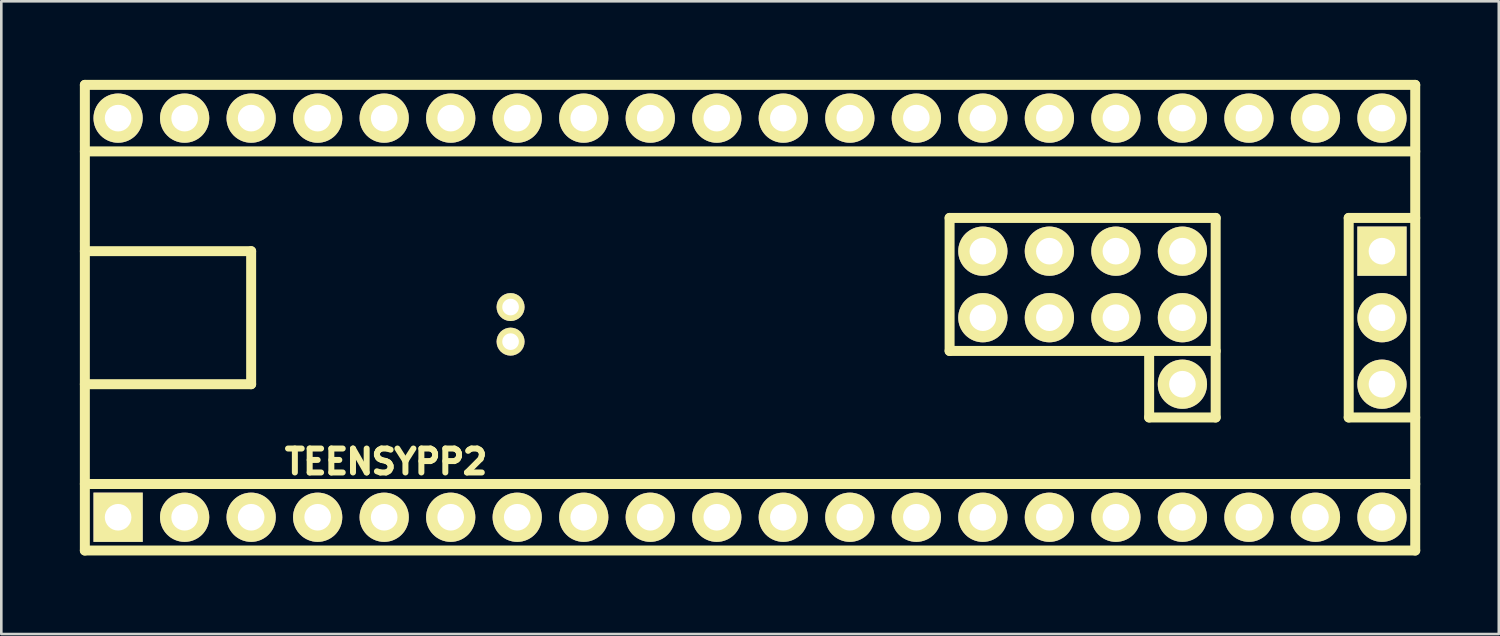
<source format=kicad_pcb>
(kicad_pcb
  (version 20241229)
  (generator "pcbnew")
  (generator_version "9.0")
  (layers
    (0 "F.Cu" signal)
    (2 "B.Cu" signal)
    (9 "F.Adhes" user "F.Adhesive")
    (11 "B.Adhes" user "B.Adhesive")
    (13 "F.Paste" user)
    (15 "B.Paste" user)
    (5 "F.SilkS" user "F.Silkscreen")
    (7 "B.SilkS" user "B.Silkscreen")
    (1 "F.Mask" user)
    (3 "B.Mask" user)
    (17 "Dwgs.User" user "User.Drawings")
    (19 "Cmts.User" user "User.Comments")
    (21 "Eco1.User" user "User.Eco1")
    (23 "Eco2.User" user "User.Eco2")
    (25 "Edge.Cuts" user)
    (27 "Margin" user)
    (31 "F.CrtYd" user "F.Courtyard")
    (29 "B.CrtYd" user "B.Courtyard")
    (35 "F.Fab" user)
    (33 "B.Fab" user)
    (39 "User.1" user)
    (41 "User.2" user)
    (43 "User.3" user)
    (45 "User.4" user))
  (footprint "TEENSYPP2"
    (layer "F.Cu")
    (at 25.59 9.081)
    (property "Reference" "TEENSYPP2" (at -13.899 5.499 0) (layer "F.SilkS") (effects (font (size 0.914 0.914) (thickness 0.229))))
    (attr through_hole)
    (fp_line (start -25.4 -8.89) (end 25.4 -8.89) (stroke (width 0.381) (type solid)) (layer "F.SilkS"))
    (fp_line (start -25.4 -6.35) (end 25.4 -6.35) (stroke (width 0.381) (type solid)) (layer "F.SilkS"))
    (fp_line (start -25.4 -2.54) (end -19.05 -2.54) (stroke (width 0.381) (type solid)) (layer "F.SilkS"))
    (fp_line (start -25.4 8.89) (end -25.4 -8.89) (stroke (width 0.381) (type solid)) (layer "F.SilkS"))
    (fp_line (start -19.05 -2.54) (end -19.05 2.54) (stroke (width 0.381) (type solid)) (layer "F.SilkS"))
    (fp_line (start -19.05 2.54) (end -25.4 2.54) (stroke (width 0.381) (type solid)) (layer "F.SilkS"))
    (fp_line (start 7.62 -3.81) (end 17.78 -3.81) (stroke (width 0.381) (type solid)) (layer "F.SilkS"))
    (fp_line (start 7.62 1.27) (end 7.62 -3.81) (stroke (width 0.381) (type solid)) (layer "F.SilkS"))
    (fp_line (start 15.24 1.27) (end 7.62 1.27) (stroke (width 0.381) (type solid)) (layer "F.SilkS"))
    (fp_line (start 15.24 1.27) (end 17.78 1.27) (stroke (width 0.381) (type solid)) (layer "F.SilkS"))
    (fp_line (start 15.24 3.81) (end 15.24 1.27) (stroke (width 0.381) (type solid)) (layer "F.SilkS"))
    (fp_line (start 17.78 -3.81) (end 17.78 3.81) (stroke (width 0.381) (type solid)) (layer "F.SilkS"))
    (fp_line (start 17.78 3.81) (end 15.24 3.81) (stroke (width 0.381) (type solid)) (layer "F.SilkS"))
    (fp_line (start 22.86 -3.81) (end 22.86 3.81) (stroke (width 0.381) (type solid)) (layer "F.SilkS"))
    (fp_line (start 22.86 3.81) (end 25.4 3.81) (stroke (width 0.381) (type solid)) (layer "F.SilkS"))
    (fp_line (start 25.4 -8.89) (end 25.4 8.89) (stroke (width 0.381) (type solid)) (layer "F.SilkS"))
    (fp_line (start 25.4 -3.81) (end 22.86 -3.81) (stroke (width 0.381) (type solid)) (layer "F.SilkS"))
    (fp_line (start 25.4 6.35) (end -25.4 6.35) (stroke (width 0.381) (type solid)) (layer "F.SilkS"))
    (fp_line (start 25.4 8.89) (end -25.4 8.89) (stroke (width 0.381) (type solid)) (layer "F.SilkS"))
    (pad "1" thru_hole rect (at -24.13 7.62) (size 1.88 1.88) (drill 1.016) (layers "*.Cu" "*.Mask" "F.SilkS"))
    (pad "2" thru_hole circle (at -21.59 7.62) (size 1.88 1.88) (drill 1.016) (layers "*.Cu" "*.Mask" "F.SilkS"))
    (pad "3" thru_hole circle (at -19.05 7.62) (size 1.88 1.88) (drill 1.016) (layers "*.Cu" "*.Mask" "F.SilkS"))
    (pad "4" thru_hole circle (at -16.51 7.62) (size 1.88 1.88) (drill 1.016) (layers "*.Cu" "*.Mask" "F.SilkS"))
    (pad "5" thru_hole circle (at -13.97 7.62) (size 1.88 1.88) (drill 1.016) (layers "*.Cu" "*.Mask" "F.SilkS"))
    (pad "6" thru_hole circle (at -11.43 7.62) (size 1.88 1.88) (drill 1.016) (layers "*.Cu" "*.Mask" "F.SilkS"))
    (pad "7" thru_hole circle (at -8.89 7.62) (size 1.88 1.88) (drill 1.016) (layers "*.Cu" "*.Mask" "F.SilkS"))
    (pad "8" thru_hole circle (at -6.35 7.62) (size 1.88 1.88) (drill 1.016) (layers "*.Cu" "*.Mask" "F.SilkS"))
    (pad "9" thru_hole circle (at -3.81 7.62) (size 1.88 1.88) (drill 1.016) (layers "*.Cu" "*.Mask" "F.SilkS"))
    (pad "10" thru_hole circle (at -1.27 7.62) (size 1.88 1.88) (drill 1.016) (layers "*.Cu" "*.Mask" "F.SilkS"))
    (pad "11" thru_hole circle (at 1.27 7.62) (size 1.88 1.88) (drill 1.016) (layers "*.Cu" "*.Mask" "F.SilkS"))
    (pad "12" thru_hole circle (at 3.81 7.62) (size 1.88 1.88) (drill 1.016) (layers "*.Cu" "*.Mask" "F.SilkS"))
    (pad "13" thru_hole circle (at 6.35 7.62) (size 1.88 1.88) (drill 1.016) (layers "*.Cu" "*.Mask" "F.SilkS"))
    (pad "14" thru_hole circle (at 8.89 7.62) (size 1.88 1.88) (drill 1.016) (layers "*.Cu" "*.Mask" "F.SilkS"))
    (pad "15" thru_hole circle (at 11.43 7.62) (size 1.88 1.88) (drill 1.016) (layers "*.Cu" "*.Mask" "F.SilkS"))
    (pad "16" thru_hole circle (at 13.97 7.62) (size 1.88 1.88) (drill 1.016) (layers "*.Cu" "*.Mask" "F.SilkS"))
    (pad "17" thru_hole circle (at 16.51 7.62) (size 1.88 1.88) (drill 1.016) (layers "*.Cu" "*.Mask" "F.SilkS"))
    (pad "18" thru_hole circle (at 19.05 7.62) (size 1.88 1.88) (drill 1.016) (layers "*.Cu" "*.Mask" "F.SilkS"))
    (pad "19" thru_hole circle (at 21.59 7.62) (size 1.88 1.88) (drill 1.016) (layers "*.Cu" "*.Mask" "F.SilkS"))
    (pad "20" thru_hole circle (at 24.13 7.62) (size 1.88 1.88) (drill 1.016) (layers "*.Cu" "*.Mask" "F.SilkS"))
    (pad "21" thru_hole circle (at 24.13 2.54) (size 1.88 1.88) (drill 1.016) (layers "*.Cu" "*.Mask" "F.SilkS"))
    (pad "22" thru_hole circle (at 24.13 0) (size 1.88 1.88) (drill 1.016) (layers "*.Cu" "*.Mask" "F.SilkS"))
    (pad "23" thru_hole rect (at 24.13 -2.54) (size 1.88 1.88) (drill 1.016) (layers "*.Cu" "*.Mask" "F.SilkS"))
    (pad "24" thru_hole circle (at 8.89 0) (size 1.88 1.88) (drill 1.016) (layers "*.Cu" "*.Mask" "F.SilkS"))
    (pad "25" thru_hole circle (at 8.89 -2.54) (size 1.88 1.88) (drill 1.016) (layers "*.Cu" "*.Mask" "F.SilkS"))
    (pad "26" thru_hole circle (at 11.43 0) (size 1.88 1.88) (drill 1.016) (layers "*.Cu" "*.Mask" "F.SilkS"))
    (pad "27" thru_hole circle (at 11.43 -2.54) (size 1.88 1.88) (drill 1.016) (layers "*.Cu" "*.Mask" "F.SilkS"))
    (pad "28" thru_hole circle (at 13.97 0) (size 1.88 1.88) (drill 1.016) (layers "*.Cu" "*.Mask" "F.SilkS"))
    (pad "29" thru_hole circle (at 13.97 -2.54) (size 1.88 1.88) (drill 1.016) (layers "*.Cu" "*.Mask" "F.SilkS"))
    (pad "30" thru_hole circle (at 16.51 2.54) (size 1.88 1.88) (drill 1.016) (layers "*.Cu" "*.Mask" "F.SilkS"))
    (pad "31" thru_hole circle (at 16.51 0) (size 1.88 1.88) (drill 1.016) (layers "*.Cu" "*.Mask" "F.SilkS"))
    (pad "32" thru_hole circle (at 16.51 -2.54) (size 1.88 1.88) (drill 1.016) (layers "*.Cu" "*.Mask" "F.SilkS"))
    (pad "33" thru_hole circle (at 24.13 -7.62) (size 1.88 1.88) (drill 1.016) (layers "*.Cu" "*.Mask" "F.SilkS"))
    (pad "34" thru_hole circle (at 21.59 -7.62) (size 1.88 1.88) (drill 1.016) (layers "*.Cu" "*.Mask" "F.SilkS"))
    (pad "35" thru_hole circle (at 19.05 -7.62) (size 1.88 1.88) (drill 1.016) (layers "*.Cu" "*.Mask" "F.SilkS"))
    (pad "36" thru_hole circle (at 16.51 -7.62) (size 1.88 1.88) (drill 1.016) (layers "*.Cu" "*.Mask" "F.SilkS"))
    (pad "37" thru_hole circle (at 13.97 -7.62) (size 1.88 1.88) (drill 1.016) (layers "*.Cu" "*.Mask" "F.SilkS"))
    (pad "38" thru_hole circle (at 11.43 -7.62) (size 1.88 1.88) (drill 1.016) (layers "*.Cu" "*.Mask" "F.SilkS"))
    (pad "39" thru_hole circle (at 8.89 -7.62) (size 1.88 1.88) (drill 1.016) (layers "*.Cu" "*.Mask" "F.SilkS"))
    (pad "40" thru_hole circle (at 6.35 -7.62) (size 1.88 1.88) (drill 1.016) (layers "*.Cu" "*.Mask" "F.SilkS"))
    (pad "41" thru_hole circle (at 3.81 -7.62) (size 1.88 1.88) (drill 1.016) (layers "*.Cu" "*.Mask" "F.SilkS"))
    (pad "42" thru_hole circle (at 1.27 -7.62) (size 1.88 1.88) (drill 1.016) (layers "*.Cu" "*.Mask" "F.SilkS"))
    (pad "43" thru_hole circle (at -1.27 -7.62) (size 1.88 1.88) (drill 1.016) (layers "*.Cu" "*.Mask" "F.SilkS"))
    (pad "44" thru_hole circle (at -3.81 -7.62) (size 1.88 1.88) (drill 1.016) (layers "*.Cu" "*.Mask" "F.SilkS"))
    (pad "45" thru_hole circle (at -6.35 -7.62) (size 1.88 1.88) (drill 1.016) (layers "*.Cu" "*.Mask" "F.SilkS"))
    (pad "46" thru_hole circle (at -8.89 -7.62) (size 1.88 1.88) (drill 1.016) (layers "*.Cu" "*.Mask" "F.SilkS"))
    (pad "47" thru_hole circle (at -11.43 -7.62) (size 1.88 1.88) (drill 1.016) (layers "*.Cu" "*.Mask" "F.SilkS"))
    (pad "48" thru_hole circle (at -13.97 -7.62) (size 1.88 1.88) (drill 1.016) (layers "*.Cu" "*.Mask" "F.SilkS"))
    (pad "49" thru_hole circle (at -16.51 -7.62) (size 1.88 1.88) (drill 1.016) (layers "*.Cu" "*.Mask" "F.SilkS"))
    (pad "50" thru_hole circle (at -19.05 -7.62) (size 1.88 1.88) (drill 1.016) (layers "*.Cu" "*.Mask" "F.SilkS"))
    (pad "51" thru_hole circle (at -21.59 -7.62) (size 1.88 1.88) (drill 1.016) (layers "*.Cu" "*.Mask" "F.SilkS"))
    (pad "52" thru_hole circle (at -24.13 -7.62) (size 1.88 1.88) (drill 1.016) (layers "*.Cu" "*.Mask" "F.SilkS"))
    (pad "53" thru_hole circle (at -9.144 -0.406) (size 1.067 1.067) (drill 0.635) (layers "*.Cu" "*.Mask" "F.SilkS"))
    (pad "54" thru_hole circle (at -9.144 0.914) (size 1.067 1.067) (drill 0.635) (layers "*.Cu" "*.Mask" "F.SilkS")))
  (gr_rect
    (start -3 -3)
    (end 54.181 21.161)
    (stroke (width 0.1) (type default))
    (fill no)
    (layer "Edge.Cuts")))
</source>
